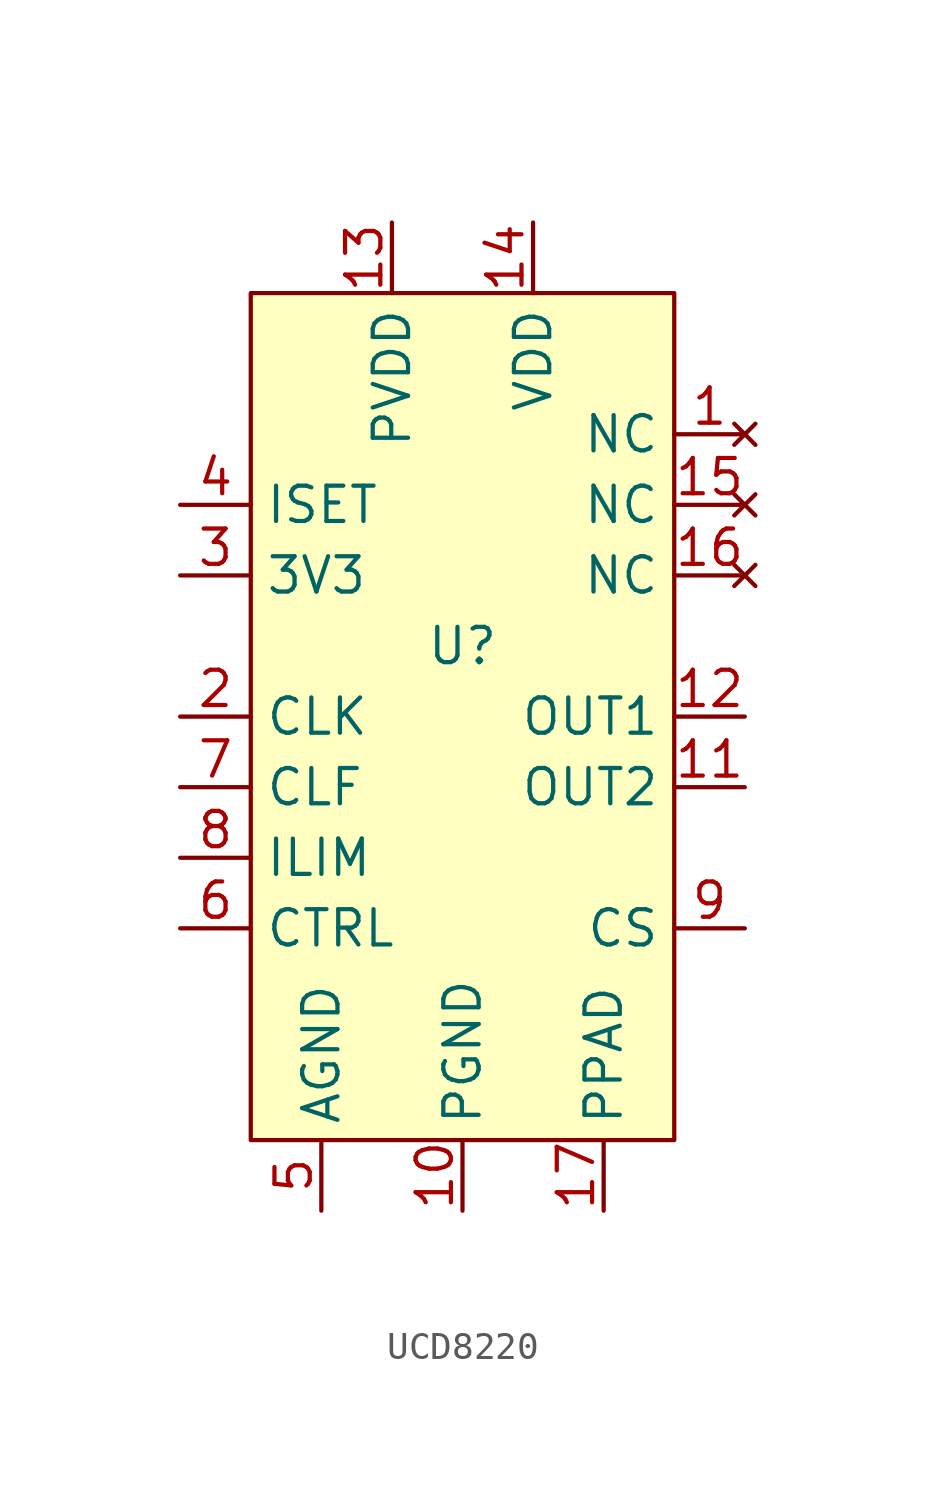
<source format=kicad_sym>
(kicad_symbol_lib
  (version 20220914)
  (generator kicad_symbol_editor)
  (symbol "UCD8220"
    (property "Reference" "U"
      (at 0 2.54 0)
      (effects (font (size 1.27 1.27))))
    (property "Value" ""
      (at 0 0 0)
      (effects (font (size 1.27 1.27))))
    (symbol "UCD8220_1_1"
      (rectangle (start -7.62 15.24) (end 7.62 -15.24) (stroke (width 0) (type default)) (fill (type background)))
      (pin no_connect line (at 10.16 10.16 180) (length 2.54) (name "NC" (effects (font (size 1.27 1.27)))) (number "1" (effects (font (size 1.27 1.27)))))
      (pin input line (at 0 -17.78 90) (length 2.54) (name "PGND" (effects (font (size 1.27 1.27)))) (number "10" (effects (font (size 1.27 1.27)))))
      (pin input line (at 10.16 -2.54 180) (length 2.54) (name "OUT2" (effects (font (size 1.27 1.27)))) (number "11" (effects (font (size 1.27 1.27)))))
      (pin input line (at 10.16 0 180) (length 2.54) (name "OUT1" (effects (font (size 1.27 1.27)))) (number "12" (effects (font (size 1.27 1.27)))))
      (pin input line (at -2.54 17.78 270) (length 2.54) (name "PVDD" (effects (font (size 1.27 1.27)))) (number "13" (effects (font (size 1.27 1.27)))))
      (pin input line (at 2.54 17.78 270) (length 2.54) (name "VDD" (effects (font (size 1.27 1.27)))) (number "14" (effects (font (size 1.27 1.27)))))
      (pin no_connect line (at 10.16 7.62 180) (length 2.54) (name "NC" (effects (font (size 1.27 1.27)))) (number "15" (effects (font (size 1.27 1.27)))))
      (pin no_connect line (at 10.16 5.08 180) (length 2.54) (name "NC" (effects (font (size 1.27 1.27)))) (number "16" (effects (font (size 1.27 1.27)))))
      (pin input line (at 5.08 -17.78 90) (length 2.54) (name "PPAD" (effects (font (size 1.27 1.27)))) (number "17" (effects (font (size 1.27 1.27)))))
      (pin input line (at -10.16 0 0) (length 2.54) (name "CLK" (effects (font (size 1.27 1.27)))) (number "2" (effects (font (size 1.27 1.27)))))
      (pin input line (at -10.16 5.08 0) (length 2.54) (name "3V3" (effects (font (size 1.27 1.27)))) (number "3" (effects (font (size 1.27 1.27)))))
      (pin input line (at -10.16 7.62 0) (length 2.54) (name "ISET" (effects (font (size 1.27 1.27)))) (number "4" (effects (font (size 1.27 1.27)))))
      (pin input line (at -5.08 -17.78 90) (length 2.54) (name "AGND" (effects (font (size 1.27 1.27)))) (number "5" (effects (font (size 1.27 1.27)))))
      (pin input line (at -10.16 -7.62 0) (length 2.54) (name "CTRL" (effects (font (size 1.27 1.27)))) (number "6" (effects (font (size 1.27 1.27)))))
      (pin input line (at -10.16 -2.54 0) (length 2.54) (name "CLF" (effects (font (size 1.27 1.27)))) (number "7" (effects (font (size 1.27 1.27)))))
      (pin input line (at -10.16 -5.08 0) (length 2.54) (name "ILIM" (effects (font (size 1.27 1.27)))) (number "8" (effects (font (size 1.27 1.27)))))
      (pin input line (at 10.16 -7.62 180) (length 2.54) (name "CS" (effects (font (size 1.27 1.27)))) (number "9" (effects (font (size 1.27 1.27))))))))
</source>
